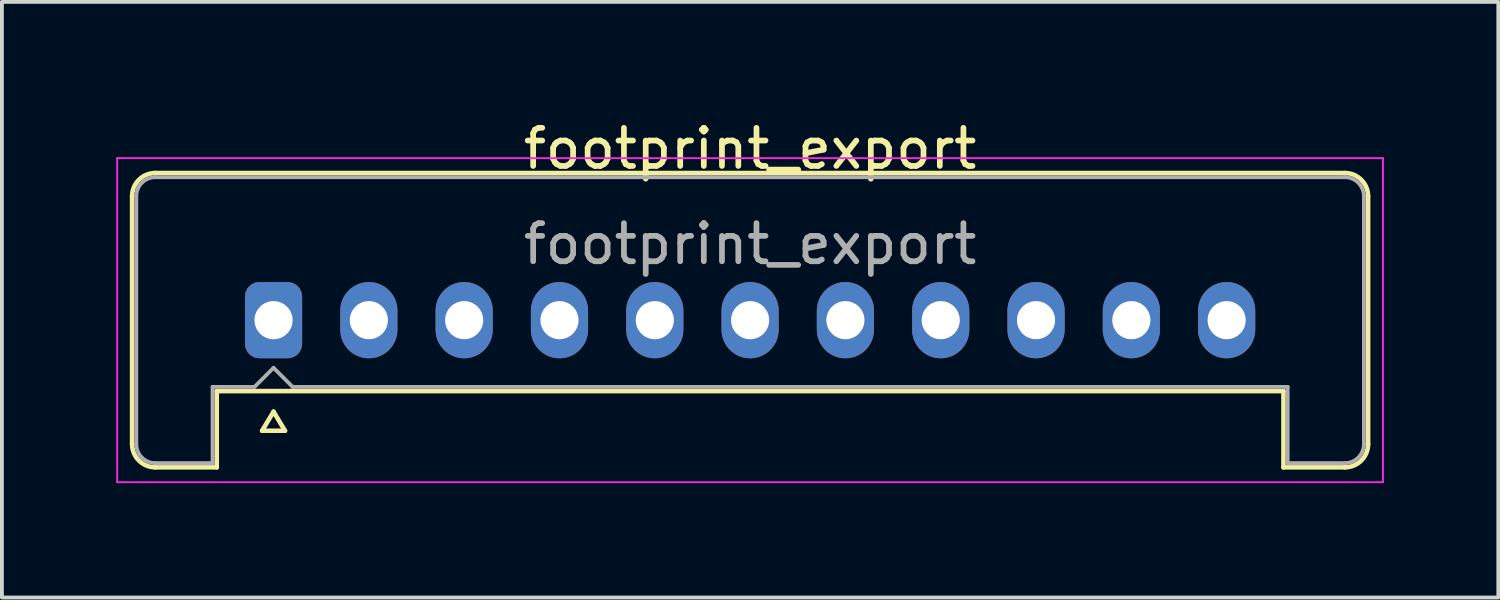
<source format=kicad_pcb>
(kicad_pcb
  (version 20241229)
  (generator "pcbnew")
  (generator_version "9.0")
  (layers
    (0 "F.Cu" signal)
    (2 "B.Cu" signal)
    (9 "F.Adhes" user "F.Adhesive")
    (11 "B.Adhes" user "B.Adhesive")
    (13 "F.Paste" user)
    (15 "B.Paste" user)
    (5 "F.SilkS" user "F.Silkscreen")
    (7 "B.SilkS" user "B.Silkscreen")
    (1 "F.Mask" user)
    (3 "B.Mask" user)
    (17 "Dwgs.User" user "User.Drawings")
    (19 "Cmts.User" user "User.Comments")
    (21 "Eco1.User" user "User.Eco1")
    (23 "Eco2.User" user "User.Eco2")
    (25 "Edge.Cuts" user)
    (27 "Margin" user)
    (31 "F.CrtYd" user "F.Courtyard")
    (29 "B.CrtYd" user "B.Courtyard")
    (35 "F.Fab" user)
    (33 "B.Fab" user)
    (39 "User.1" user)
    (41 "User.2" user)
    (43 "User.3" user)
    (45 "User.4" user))
  (footprint "footprint_export"
    (layer "F.Cu")
    (at 4.125 5.348)
    (property "Reference" "footprint_export" (at 12.5 -4.5 0) (layer "F.SilkS") (effects (font (size 1 1) (thickness 0.15))))
    (attr through_hole)
    (fp_line (start -3.71 -3.25) (end -3.71 3.25) (stroke (width 0.12) (type solid)) (layer "F.SilkS"))
    (fp_line (start -3.1 -3.86) (end 28.1 -3.86) (stroke (width 0.12) (type solid)) (layer "F.SilkS"))
    (fp_line (start -3.1 3.86) (end -1.49 3.86) (stroke (width 0.12) (type solid)) (layer "F.SilkS"))
    (fp_line (start -1.49 1.86) (end 26.49 1.86) (stroke (width 0.12) (type solid)) (layer "F.SilkS"))
    (fp_line (start -1.49 3.86) (end -1.49 1.86) (stroke (width 0.12) (type solid)) (layer "F.SilkS"))
    (fp_line (start -0.3 2.9) (end 0.3 2.9) (stroke (width 0.12) (type solid)) (layer "F.SilkS"))
    (fp_line (start 0 2.4) (end -0.3 2.9) (stroke (width 0.12) (type solid)) (layer "F.SilkS"))
    (fp_line (start 0.3 2.9) (end 0 2.4) (stroke (width 0.12) (type solid)) (layer "F.SilkS"))
    (fp_line (start 26.49 3.86) (end 26.49 1.86) (stroke (width 0.12) (type solid)) (layer "F.SilkS"))
    (fp_line (start 28.1 3.86) (end 26.49 3.86) (stroke (width 0.12) (type solid)) (layer "F.SilkS"))
    (fp_line (start 28.71 -3.25) (end 28.71 3.25) (stroke (width 0.12) (type solid)) (layer "F.SilkS"))
    (fp_arc (start -3.71 -3.25) (mid -3.531335 -3.681335) (end -3.1 -3.86) (stroke (width 0.12) (type solid)) (layer "F.SilkS"))
    (fp_arc (start -3.1 3.86) (mid -3.531335 3.681335) (end -3.71 3.25) (stroke (width 0.12) (type solid)) (layer "F.SilkS"))
    (fp_arc (start 28.1 -3.86) (mid 28.531335 -3.681335) (end 28.71 -3.25) (stroke (width 0.12) (type solid)) (layer "F.SilkS"))
    (fp_arc (start 28.71 3.25) (mid 28.531335 3.681335) (end 28.1 3.86) (stroke (width 0.12) (type solid)) (layer "F.SilkS"))
    (fp_line (start -4.1 -4.25) (end -4.1 4.25) (stroke (width 0.05) (type solid)) (layer "F.CrtYd"))
    (fp_line (start -4.1 4.25) (end 29.1 4.25) (stroke (width 0.05) (type solid)) (layer "F.CrtYd"))
    (fp_line (start 29.1 -4.25) (end -4.1 -4.25) (stroke (width 0.05) (type solid)) (layer "F.CrtYd"))
    (fp_line (start 29.1 4.25) (end 29.1 -4.25) (stroke (width 0.05) (type solid)) (layer "F.CrtYd"))
    (fp_line (start -3.6 -3.25) (end -3.6 3.25) (stroke (width 0.1) (type solid)) (layer "F.Fab"))
    (fp_line (start -3.1 -3.75) (end 28.1 -3.75) (stroke (width 0.1) (type solid)) (layer "F.Fab"))
    (fp_line (start -3.1 3.75) (end -1.6 3.75) (stroke (width 0.1) (type solid)) (layer "F.Fab"))
    (fp_line (start -1.6 1.75) (end -0.5 1.75) (stroke (width 0.1) (type solid)) (layer "F.Fab"))
    (fp_line (start -1.6 3.75) (end -1.6 1.75) (stroke (width 0.1) (type solid)) (layer "F.Fab"))
    (fp_line (start -0.5 1.75) (end 0 1.25) (stroke (width 0.1) (type solid)) (layer "F.Fab"))
    (fp_line (start 0 1.25) (end 0.5 1.75) (stroke (width 0.1) (type solid)) (layer "F.Fab"))
    (fp_line (start 0.5 1.75) (end 26.6 1.75) (stroke (width 0.1) (type solid)) (layer "F.Fab"))
    (fp_line (start 26.6 3.75) (end 26.6 1.75) (stroke (width 0.1) (type solid)) (layer "F.Fab"))
    (fp_line (start 28.1 3.75) (end 26.6 3.75) (stroke (width 0.1) (type solid)) (layer "F.Fab"))
    (fp_line (start 28.6 -3.25) (end 28.6 3.25) (stroke (width 0.1) (type solid)) (layer "F.Fab"))
    (fp_arc (start -3.6 -3.25) (mid -3.453553 -3.603553) (end -3.1 -3.75) (stroke (width 0.1) (type solid)) (layer "F.Fab"))
    (fp_arc (start -3.1 3.75) (mid -3.453553 3.603553) (end -3.6 3.25) (stroke (width 0.1) (type solid)) (layer "F.Fab"))
    (fp_arc (start 28.1 -3.75) (mid 28.453553 -3.603553) (end 28.6 -3.25) (stroke (width 0.1) (type solid)) (layer "F.Fab"))
    (fp_arc (start 28.6 3.25) (mid 28.453553 3.603553) (end 28.1 3.75) (stroke (width 0.1) (type solid)) (layer "F.Fab"))
    (fp_text user "${REFERENCE}" (at 12.5 -2 0) (layer "F.Fab") (effects (font (size 1 1) (thickness 0.15))))
    (pad "1" thru_hole roundrect (at 0 0) (size 1.5 2) (drill 1) (layers "*.Cu" "*.Mask") (roundrect_rratio 0.25))
    (pad "2" thru_hole oval (at 2.5 0) (size 1.5 2) (drill 1) (layers "*.Cu" "*.Mask"))
    (pad "3" thru_hole oval (at 5 0) (size 1.5 2) (drill 1) (layers "*.Cu" "*.Mask"))
    (pad "4" thru_hole oval (at 7.5 0) (size 1.5 2) (drill 1) (layers "*.Cu" "*.Mask"))
    (pad "5" thru_hole oval (at 10 0) (size 1.5 2) (drill 1) (layers "*.Cu" "*.Mask"))
    (pad "6" thru_hole oval (at 12.5 0) (size 1.5 2) (drill 1) (layers "*.Cu" "*.Mask"))
    (pad "7" thru_hole oval (at 15 0) (size 1.5 2) (drill 1) (layers "*.Cu" "*.Mask"))
    (pad "8" thru_hole oval (at 17.5 0) (size 1.5 2) (drill 1) (layers "*.Cu" "*.Mask"))
    (pad "9" thru_hole oval (at 20 0) (size 1.5 2) (drill 1) (layers "*.Cu" "*.Mask"))
    (pad "10" thru_hole oval (at 22.5 0) (size 1.5 2) (drill 1) (layers "*.Cu" "*.Mask"))
    (pad "11" thru_hole oval (at 25 0) (size 1.5 2) (drill 1) (layers "*.Cu" "*.Mask")))
  (gr_rect
    (start -3 -3)
    (end 36.25 12.623)
    (stroke (width 0.1) (type default))
    (fill no)
    (layer "Edge.Cuts")))
</source>
